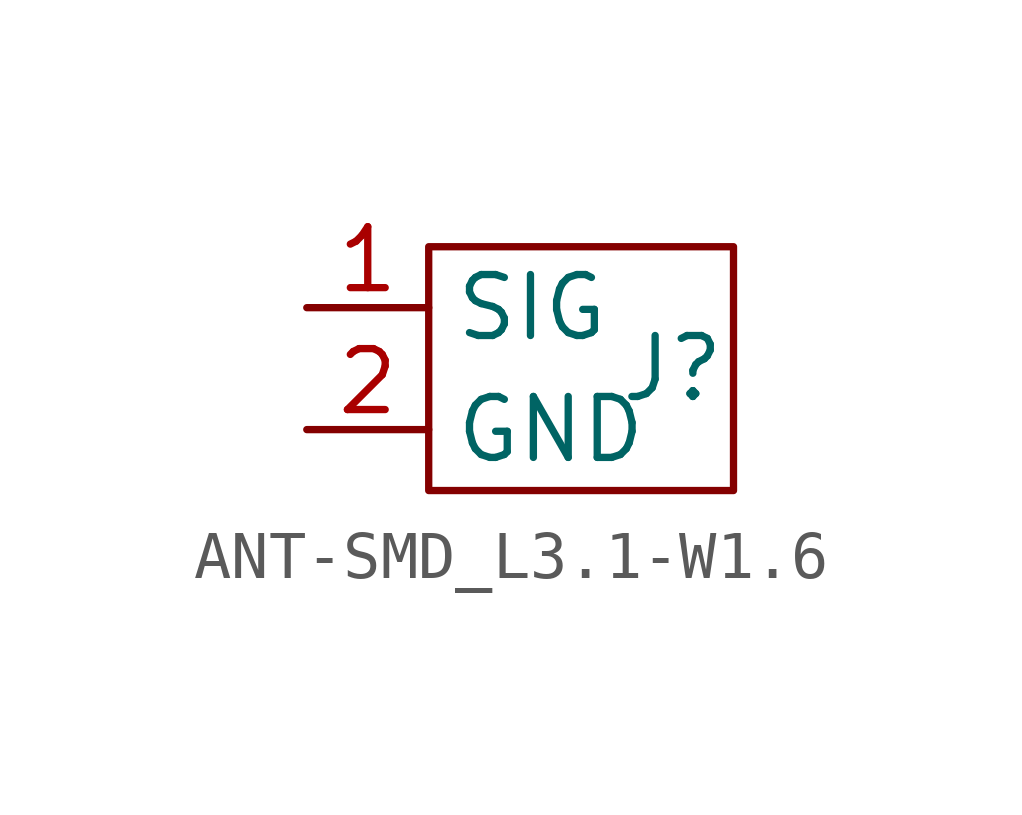
<source format=kicad_sym>
(kicad_symbol_lib
  (version 20241209)
  (generator "kicad_symbol_editor")
  (generator_version "9.0")
  (symbol "ANT-SMD_L3.1-W1.6"
    (property "Reference" "J"
      (at 1.27 1.27 0)
      (effects (font (size 1.27 1.27))))
    (property "Value" ""
      (at -1.27 1.27 0)
      (effects (font (size 1.27 1.27))))
    (symbol "ANT-SMD_L3.1-W1.6_0_1"
      (rectangle (start -3.81 3.81) (end 2.54 -1.27) (stroke (width 0) (type default)) (fill (type none))))
    (symbol "ANT-SMD_L3.1-W1.6_1_1"
      (pin input line (at -6.35 2.54 0) (length 2.54) (name "SIG" (effects (font (size 1.27 1.27)))) (number "1" (effects (font (size 1.27 1.27)))))
      (pin input line (at -6.35 0 0) (length 2.54) (name "GND" (effects (font (size 1.27 1.27)))) (number "2" (effects (font (size 1.27 1.27))))))))
</source>
